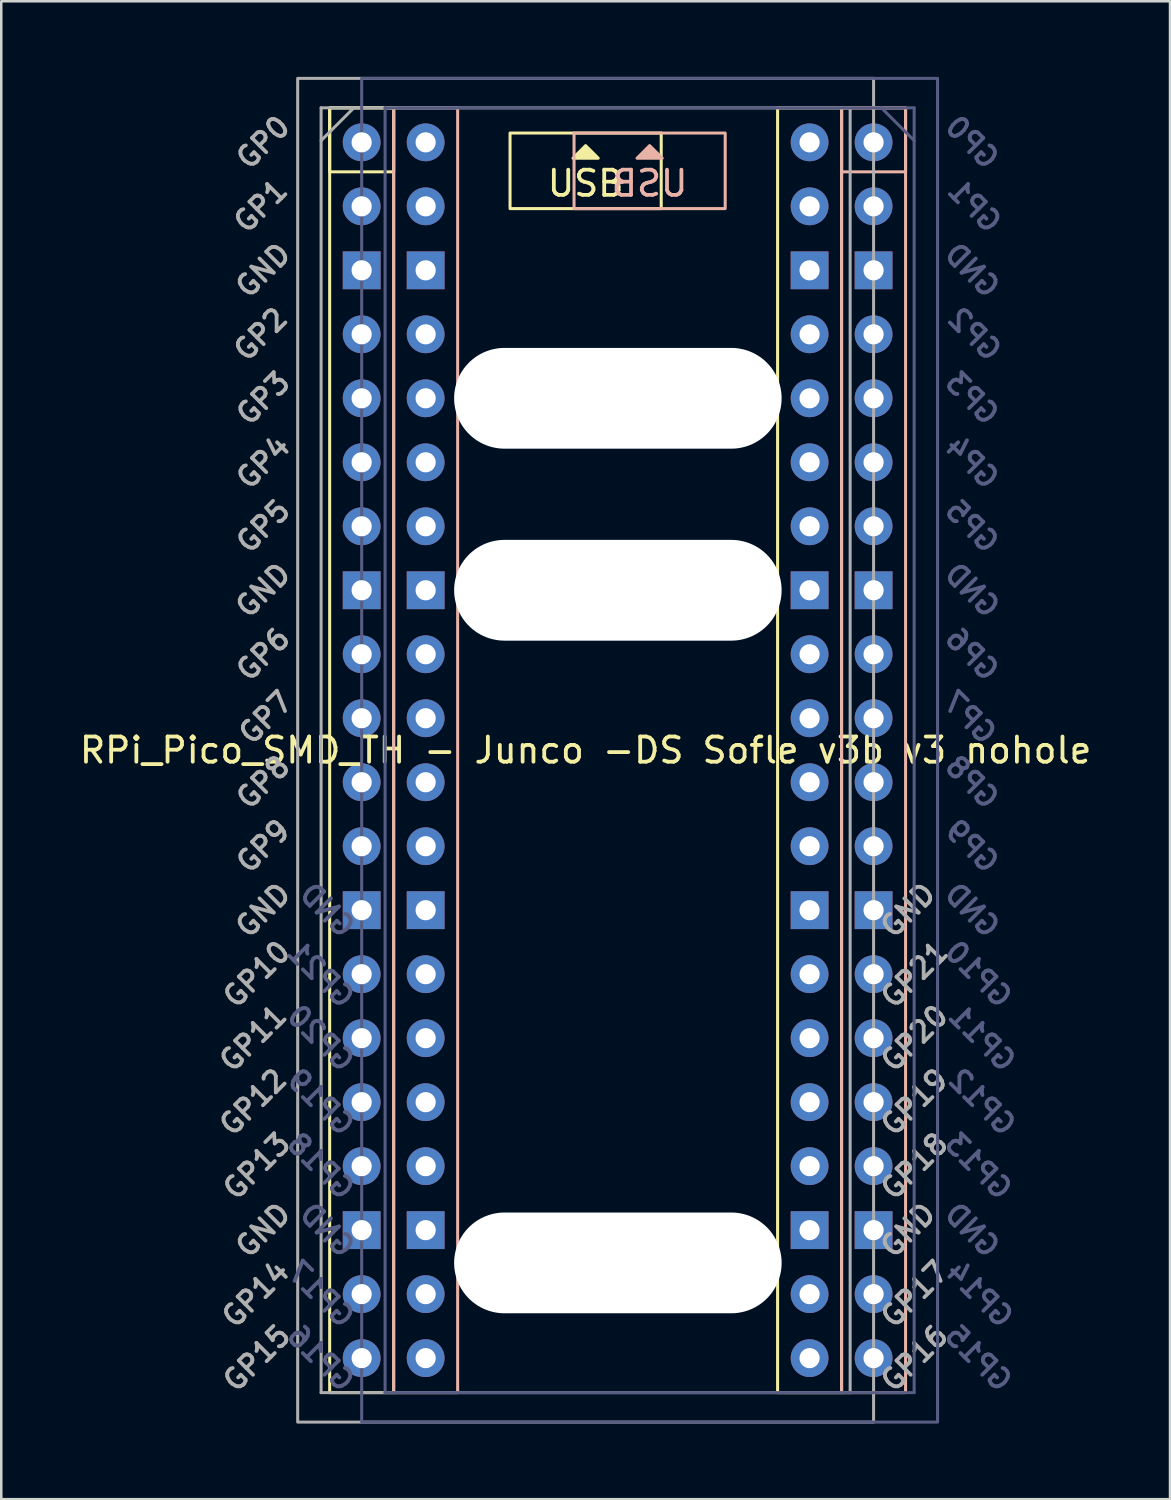
<source format=kicad_pcb>
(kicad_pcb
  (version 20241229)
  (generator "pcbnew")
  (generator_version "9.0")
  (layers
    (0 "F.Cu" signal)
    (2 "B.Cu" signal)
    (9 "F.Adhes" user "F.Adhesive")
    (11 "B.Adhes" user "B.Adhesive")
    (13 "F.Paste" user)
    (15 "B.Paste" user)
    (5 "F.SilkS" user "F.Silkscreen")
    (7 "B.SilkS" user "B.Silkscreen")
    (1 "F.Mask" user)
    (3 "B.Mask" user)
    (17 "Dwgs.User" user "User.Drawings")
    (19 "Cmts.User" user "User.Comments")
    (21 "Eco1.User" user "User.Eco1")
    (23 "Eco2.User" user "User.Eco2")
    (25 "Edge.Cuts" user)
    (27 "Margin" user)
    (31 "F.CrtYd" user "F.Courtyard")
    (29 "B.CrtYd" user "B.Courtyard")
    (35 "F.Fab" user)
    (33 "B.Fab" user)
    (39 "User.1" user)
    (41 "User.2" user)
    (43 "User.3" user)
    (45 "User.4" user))
  (footprint "RPi_Pico_SMD_TH - Junco -DS Sofle v3b v3 nohole"
    (layer "F.Cu")
    (at 21.466 26.73)
    (property "Reference" "RPi_Pico_SMD_TH - Junco -DS Sofle v3b v3 nohole" (at -1.27 0 0) (layer "F.SilkS") (effects (font (size 1 1) (thickness 0.15))))
    (attr through_hole)
    (fp_rect (start -11.43 -25.5) (end -8.89 -22.96) (stroke (width 0.12) (type default)) (fill no) (layer "F.SilkS"))
    (fp_rect (start -11.43 -25.5) (end -8.89 25.5) (stroke (width 0.12) (type default)) (fill no) (layer "F.SilkS"))
    (fp_rect (start -4.27 -24.5) (end 1.73 -21.5) (stroke (width 0.12) (type solid)) (fill no) (layer "F.SilkS"))
    (fp_rect (start 6.35 -25.5) (end 8.89 25.5) (stroke (width 0.12) (type default)) (fill no) (layer "F.SilkS"))
    (fp_poly (pts (xy -0.77 -23.5) (xy -1.77 -23.5) (xy -1.27 -24)) (stroke (width 0.12) (type solid)) (fill yes) (layer "F.SilkS"))
    (fp_rect (start -6.35 -25.5) (end -8.89 25.5) (stroke (width 0.12) (type default)) (fill no) (layer "B.SilkS"))
    (fp_rect (start 4.27 -24.5) (end -1.73 -21.5) (stroke (width 0.12) (type solid)) (fill no) (layer "B.SilkS"))
    (fp_rect (start 11.43 -25.5) (end 8.89 -22.96) (stroke (width 0.12) (type default)) (fill no) (layer "B.SilkS"))
    (fp_rect (start 11.43 -25.5) (end 8.89 25.5) (stroke (width 0.12) (type default)) (fill no) (layer "B.SilkS"))
    (fp_poly (pts (xy 0.77 -23.5) (xy 1.77 -23.5) (xy 1.27 -24)) (stroke (width 0.12) (type solid)) (fill yes) (layer "B.SilkS"))
    (fp_line (start -9.23 -25.5) (end -9.23 25.5) (stroke (width 0.12) (type solid)) (layer "B.Fab"))
    (fp_line (start -9.23 25.5) (end 11.77 25.5) (stroke (width 0.12) (type solid)) (layer "B.Fab"))
    (fp_line (start 11.77 -25.5) (end -9.23 -25.5) (stroke (width 0.12) (type solid)) (layer "B.Fab"))
    (fp_line (start 11.77 -24.2) (end 10.47 -25.5) (stroke (width 0.12) (type solid)) (layer "B.Fab"))
    (fp_line (start 11.77 25.5) (end 11.77 -25.5) (stroke (width 0.12) (type solid)) (layer "B.Fab"))
    (fp_rect (start 12.7 -26.67) (end -10.16 26.67) (stroke (width 0.12) (type solid)) (fill no) (layer "B.Fab"))
    (fp_line (start -11.77 -25.5) (end 9.23 -25.5) (stroke (width 0.12) (type solid)) (layer "F.Fab"))
    (fp_line (start -11.77 -24.2) (end -10.47 -25.5) (stroke (width 0.12) (type solid)) (layer "F.Fab"))
    (fp_line (start -11.77 25.5) (end -11.77 -25.5) (stroke (width 0.12) (type solid)) (layer "F.Fab"))
    (fp_line (start 9.23 -25.5) (end 9.23 25.5) (stroke (width 0.12) (type solid)) (layer "F.Fab"))
    (fp_line (start 9.23 25.5) (end -11.77 25.5) (stroke (width 0.12) (type solid)) (layer "F.Fab"))
    (fp_rect (start -12.7 -26.67) (end 10.16 26.67) (stroke (width 0.12) (type solid)) (fill no) (layer "F.Fab"))
    (fp_text user "USB" (at -1.27 -22.5 0) (unlocked yes) (layer "F.SilkS") (effects (font (size 1 1) (thickness 0.15))))
    (fp_text user "USB" (at 1.27 -22.5 0) (unlocked yes) (layer "B.SilkS") (effects (font (size 1 1) (thickness 0.15)) (justify mirror)))
    (fp_text user "GP14" (at 14.37 21.59 315) (layer "B.Fab") (effects (font (size 0.8 0.8) (thickness 0.15)) (justify mirror)))
    (fp_text user "GP1" (at 14.17 -21.6 315) (layer "B.Fab") (effects (font (size 0.8 0.8) (thickness 0.15)) (justify mirror)))
    (fp_text user "GP15" (at 14.324 24.13 315) (layer "B.Fab") (effects (font (size 0.8 0.8) (thickness 0.15)) (justify mirror)))
    (fp_text user "GP20" (at -11.784 11.43 315) (layer "B.Fab") (effects (font (size 0.8 0.8) (thickness 0.15)) (justify mirror)))
    (fp_text user "GND" (at 14.07 19.05 315) (layer "B.Fab") (effects (font (size 0.8 0.8) (thickness 0.15)) (justify mirror)))
    (fp_text user "GND" (at -11.53 6.35 315) (layer "B.Fab") (effects (font (size 0.8 0.8) (thickness 0.15)) (justify mirror)))
    (fp_text user "GP9" (at 14.07 3.81 315) (layer "B.Fab") (effects (font (size 0.8 0.8) (thickness 0.15)) (justify mirror)))
    (fp_text user "GND" (at 14.07 -6.35 315) (layer "B.Fab") (effects (font (size 0.8 0.8) (thickness 0.15)) (justify mirror)))
    (fp_text user "GP10" (at 14.324 8.89 315) (layer "B.Fab") (effects (font (size 0.8 0.8) (thickness 0.15)) (justify mirror)))
    (fp_text user "GP8" (at 14.07 1.27 315) (layer "B.Fab") (effects (font (size 0.8 0.8) (thickness 0.15)) (justify mirror)))
    (fp_text user "GP6" (at 14.07 -3.81 315) (layer "B.Fab") (effects (font (size 0.8 0.8) (thickness 0.15)) (justify mirror)))
    (fp_text user "GND" (at 14.07 6.35 315) (layer "B.Fab") (effects (font (size 0.8 0.8) (thickness 0.15)) (justify mirror)))
    (fp_text user "GP18" (at -11.784 16.51 315) (layer "B.Fab") (effects (font (size 0.8 0.8) (thickness 0.15)) (justify mirror)))
    (fp_text user "GP17" (at -11.784 21.59 315) (layer "B.Fab") (effects (font (size 0.8 0.8) (thickness 0.15)) (justify mirror)))
    (fp_text user "GP11" (at 14.47 11.43 315) (layer "B.Fab") (effects (font (size 0.8 0.8) (thickness 0.15)) (justify mirror)))
    (fp_text user "GP2" (at 14.17 -16.51 315) (layer "B.Fab") (effects (font (size 0.8 0.8) (thickness 0.15)) (justify mirror)))
    (fp_text user "GP16" (at -11.784 24.13 315) (layer "B.Fab") (effects (font (size 0.8 0.8) (thickness 0.15)) (justify mirror)))
    (fp_text user "GP21" (at -11.784 8.9 315) (layer "B.Fab") (effects (font (size 0.8 0.8) (thickness 0.15)) (justify mirror)))
    (fp_text user "GP0" (at 14.07 -24.13 315) (layer "B.Fab") (effects (font (size 0.8 0.8) (thickness 0.15)) (justify mirror)))
    (fp_text user "GND" (at 14.07 -19.05 315) (layer "B.Fab") (effects (font (size 0.8 0.8) (thickness 0.15)) (justify mirror)))
    (fp_text user "GP3" (at 14.07 -13.97 315) (layer "B.Fab") (effects (font (size 0.8 0.8) (thickness 0.15)) (justify mirror)))
    (fp_text user "GP7" (at 13.97 -1.3 315) (layer "B.Fab") (effects (font (size 0.8 0.8) (thickness 0.15)) (justify mirror)))
    (fp_text user "GND" (at -11.53 19.05 315) (layer "B.Fab") (effects (font (size 0.8 0.8) (thickness 0.15)) (justify mirror)))
    (fp_text user "GP19" (at -11.784 13.97 315) (layer "B.Fab") (effects (font (size 0.8 0.8) (thickness 0.15)) (justify mirror)))
    (fp_text user "GP13" (at 14.324 16.51 315) (layer "B.Fab") (effects (font (size 0.8 0.8) (thickness 0.15)) (justify mirror)))
    (fp_text user "GP5" (at 14.07 -8.89 315) (layer "B.Fab") (effects (font (size 0.8 0.8) (thickness 0.15)) (justify mirror)))
    (fp_text user "GP4" (at 14.07 -11.43 315) (layer "B.Fab") (effects (font (size 0.8 0.8) (thickness 0.15)) (justify mirror)))
    (fp_text user "GP12" (at 14.47 13.97 315) (layer "B.Fab") (effects (font (size 0.8 0.8) (thickness 0.15)) (justify mirror)))
    (fp_text user "GP16" (at 11.784 24.13 45) (layer "F.Fab") (effects (font (size 0.8 0.8) (thickness 0.15))))
    (fp_text user "GND" (at -14.07 -6.35 45) (layer "F.Fab") (effects (font (size 0.8 0.8) (thickness 0.15))))
    (fp_text user "GP13" (at -14.324 16.51 45) (layer "F.Fab") (effects (font (size 0.8 0.8) (thickness 0.15))))
    (fp_text user "GP14" (at -14.37 21.59 45) (layer "F.Fab") (effects (font (size 0.8 0.8) (thickness 0.15))))
    (fp_text user "GP1" (at -14.17 -21.6 45) (layer "F.Fab") (effects (font (size 0.8 0.8) (thickness 0.15))))
    (fp_text user "GP10" (at -14.324 8.89 45) (layer "F.Fab") (effects (font (size 0.8 0.8) (thickness 0.15))))
    (fp_text user "GND" (at -14.07 6.35 45) (layer "F.Fab") (effects (font (size 0.8 0.8) (thickness 0.15))))
    (fp_text user "GP19" (at 11.784 13.97 45) (layer "F.Fab") (effects (font (size 0.8 0.8) (thickness 0.15))))
    (fp_text user "GP11" (at -14.47 11.43 45) (layer "F.Fab") (effects (font (size 0.8 0.8) (thickness 0.15))))
    (fp_text user "GP4" (at -14.07 -11.43 45) (layer "F.Fab") (effects (font (size 0.8 0.8) (thickness 0.15))))
    (fp_text user "GP9" (at -14.07 3.81 45) (layer "F.Fab") (effects (font (size 0.8 0.8) (thickness 0.15))))
    (fp_text user "GP17" (at 11.784 21.59 45) (layer "F.Fab") (effects (font (size 0.8 0.8) (thickness 0.15))))
    (fp_text user "GP8" (at -14.07 1.27 45) (layer "F.Fab") (effects (font (size 0.8 0.8) (thickness 0.15))))
    (fp_text user "GP6" (at -14.07 -3.81 45) (layer "F.Fab") (effects (font (size 0.8 0.8) (thickness 0.15))))
    (fp_text user "GND" (at -14.07 19.05 45) (layer "F.Fab") (effects (font (size 0.8 0.8) (thickness 0.15))))
    (fp_text user "GP20" (at 11.784 11.43 45) (layer "F.Fab") (effects (font (size 0.8 0.8) (thickness 0.15))))
    (fp_text user "GP12" (at -14.47 13.97 45) (layer "F.Fab") (effects (font (size 0.8 0.8) (thickness 0.15))))
    (fp_text user "GP0" (at -14.07 -24.13 45) (layer "F.Fab") (effects (font (size 0.8 0.8) (thickness 0.15))))
    (fp_text user "GP15" (at -14.324 24.13 45) (layer "F.Fab") (effects (font (size 0.8 0.8) (thickness 0.15))))
    (fp_text user "GND" (at -14.07 -19.05 45) (layer "F.Fab") (effects (font (size 0.8 0.8) (thickness 0.15))))
    (fp_text user "GP2" (at -14.17 -16.51 45) (layer "F.Fab") (effects (font (size 0.8 0.8) (thickness 0.15))))
    (fp_text user "GP3" (at -14.07 -13.97 45) (layer "F.Fab") (effects (font (size 0.8 0.8) (thickness 0.15))))
    (fp_text user "GP5" (at -14.07 -8.89 45) (layer "F.Fab") (effects (font (size 0.8 0.8) (thickness 0.15))))
    (fp_text user "GND" (at 11.53 6.35 45) (layer "F.Fab") (effects (font (size 0.8 0.8) (thickness 0.15))))
    (fp_text user "GP7" (at -13.97 -1.3 45) (layer "F.Fab") (effects (font (size 0.8 0.8) (thickness 0.15))))
    (fp_text user "GP18" (at 11.784 16.51 45) (layer "F.Fab") (effects (font (size 0.8 0.8) (thickness 0.15))))
    (fp_text user "GND" (at 11.53 19.05 45) (layer "F.Fab") (effects (font (size 0.8 0.8) (thickness 0.15))))
    (fp_text user "GP21" (at 11.784 8.9 45) (layer "F.Fab") (effects (font (size 0.8 0.8) (thickness 0.15))))
    (pad "" np_thru_hole oval (at 0.01 -13.97) (size 13 4) (drill oval 13 4) (layers "*.Cu" "*.Mask"))
    (pad "" np_thru_hole oval (at 0.01 -6.35) (size 13 4) (drill oval 13 4) (layers "*.Cu" "*.Mask"))
    (pad "" np_thru_hole oval (at 0.01 20.35) (size 13 4) (drill oval 13 4) (layers "*.Cu" "*.Mask"))
    (pad "1" thru_hole circle (at -10.16 -24.13) (size 1.5 1.5) (drill 0.8) (layers "*.Cu" "B.Mask"))
    (pad "1" thru_hole circle (at 10.16 -24.13) (size 1.5 1.5) (drill 0.8) (layers "*.Cu" "F.Mask"))
    (pad "2" thru_hole circle (at -10.16 -21.59) (size 1.5 1.5) (drill 0.8) (layers "*.Cu" "B.Mask"))
    (pad "2" thru_hole circle (at 10.16 -21.59) (size 1.5 1.5) (drill 0.8) (layers "*.Cu" "F.Mask"))
    (pad "3" thru_hole rect (at -10.16 -19.05) (size 1.5 1.5) (drill 0.8) (layers "*.Cu" "B.Mask"))
    (pad "3" thru_hole rect (at 10.16 -19.05) (size 1.5 1.5) (drill 0.8) (layers "*.Cu" "F.Mask"))
    (pad "4" thru_hole circle (at -10.16 -16.51) (size 1.5 1.5) (drill 0.8) (layers "*.Cu" "B.Mask"))
    (pad "4" thru_hole circle (at 10.16 -16.51) (size 1.5 1.5) (drill 0.8) (layers "*.Cu" "F.Mask"))
    (pad "5" thru_hole circle (at -10.16 -13.97) (size 1.5 1.5) (drill 0.8) (layers "*.Cu" "B.Mask"))
    (pad "5" thru_hole circle (at 10.16 -13.97) (size 1.5 1.5) (drill 0.8) (layers "*.Cu" "F.Mask"))
    (pad "6" thru_hole circle (at -10.16 -11.43) (size 1.5 1.5) (drill 0.8) (layers "*.Cu" "B.Mask"))
    (pad "6" thru_hole circle (at 10.16 -11.43) (size 1.5 1.5) (drill 0.8) (layers "*.Cu" "F.Mask"))
    (pad "7" thru_hole circle (at -10.16 -8.89) (size 1.5 1.5) (drill 0.8) (layers "*.Cu" "B.Mask"))
    (pad "7" thru_hole circle (at 10.16 -8.89) (size 1.5 1.5) (drill 0.8) (layers "*.Cu" "F.Mask"))
    (pad "8" thru_hole rect (at -10.16 -6.35) (size 1.5 1.5) (drill 0.8) (layers "*.Cu" "B.Mask"))
    (pad "8" thru_hole rect (at 10.16 -6.35) (size 1.5 1.5) (drill 0.8) (layers "*.Cu" "F.Mask"))
    (pad "9" thru_hole circle (at -10.16 -3.81) (size 1.5 1.5) (drill 0.8) (layers "*.Cu" "B.Mask"))
    (pad "9" thru_hole circle (at 10.16 -3.81) (size 1.5 1.5) (drill 0.8) (layers "*.Cu" "F.Mask"))
    (pad "10" thru_hole circle (at -10.16 -1.27) (size 1.5 1.5) (drill 0.8) (layers "*.Cu" "B.Mask"))
    (pad "10" thru_hole circle (at 10.16 -1.27) (size 1.5 1.5) (drill 0.8) (layers "*.Cu" "F.Mask"))
    (pad "11" thru_hole circle (at -10.16 1.27) (size 1.5 1.5) (drill 0.8) (layers "*.Cu" "B.Mask"))
    (pad "11" thru_hole circle (at 10.16 1.27) (size 1.5 1.5) (drill 0.8) (layers "*.Cu" "F.Mask"))
    (pad "12" thru_hole circle (at -10.16 3.81) (size 1.5 1.5) (drill 0.8) (layers "*.Cu" "B.Mask"))
    (pad "12" thru_hole circle (at 10.16 3.81) (size 1.5 1.5) (drill 0.8) (layers "*.Cu" "F.Mask"))
    (pad "13" thru_hole rect (at -10.16 6.35) (size 1.5 1.5) (drill 0.8) (layers "*.Cu" "B.Mask"))
    (pad "13" thru_hole rect (at 10.16 6.35) (size 1.5 1.5) (drill 0.8) (layers "*.Cu" "F.Mask"))
    (pad "14" thru_hole circle (at -10.16 8.89) (size 1.5 1.5) (drill 0.8) (layers "*.Cu" "B.Mask"))
    (pad "14" thru_hole circle (at 10.16 8.89) (size 1.5 1.5) (drill 0.8) (layers "*.Cu" "F.Mask"))
    (pad "15" thru_hole circle (at -10.16 11.43) (size 1.5 1.5) (drill 0.8) (layers "*.Cu" "B.Mask"))
    (pad "15" thru_hole circle (at 10.16 11.43) (size 1.5 1.5) (drill 0.8) (layers "*.Cu" "F.Mask"))
    (pad "16" thru_hole circle (at -10.16 13.97) (size 1.5 1.5) (drill 0.8) (layers "*.Cu" "B.Mask"))
    (pad "16" thru_hole circle (at 10.16 13.97) (size 1.5 1.5) (drill 0.8) (layers "*.Cu" "F.Mask"))
    (pad "17" thru_hole circle (at -10.16 16.51) (size 1.5 1.5) (drill 0.8) (layers "*.Cu" "B.Mask"))
    (pad "17" thru_hole circle (at 10.16 16.51) (size 1.5 1.5) (drill 0.8) (layers "*.Cu" "F.Mask"))
    (pad "18" thru_hole rect (at -10.16 19.05) (size 1.5 1.5) (drill 0.8) (layers "*.Cu" "B.Mask"))
    (pad "18" thru_hole rect (at 10.16 19.05) (size 1.5 1.5) (drill 0.8) (layers "*.Cu" "F.Mask"))
    (pad "19" thru_hole circle (at -10.16 21.59) (size 1.5 1.5) (drill 0.8) (layers "*.Cu" "B.Mask"))
    (pad "19" thru_hole circle (at 10.16 21.59) (size 1.5 1.5) (drill 0.8) (layers "*.Cu" "F.Mask"))
    (pad "20" thru_hole circle (at -10.16 24.13) (size 1.5 1.5) (drill 0.8) (layers "*.Cu" "B.Mask"))
    (pad "20" thru_hole circle (at 10.16 24.13) (size 1.5 1.5) (drill 0.8) (layers "*.Cu" "F.Mask"))
    (pad "21" thru_hole circle (at -7.62 24.13) (size 1.5 1.5) (drill 0.8) (layers "*.Cu" "F.Mask"))
    (pad "21" thru_hole circle (at 7.62 24.13) (size 1.5 1.5) (drill 0.8) (layers "*.Cu" "B.Mask"))
    (pad "22" thru_hole circle (at -7.62 21.59) (size 1.5 1.5) (drill 0.8) (layers "*.Cu" "F.Mask"))
    (pad "22" thru_hole circle (at 7.62 21.59) (size 1.5 1.5) (drill 0.8) (layers "*.Cu" "B.Mask"))
    (pad "23" thru_hole rect (at -7.62 19.05) (size 1.5 1.5) (drill 0.8) (layers "*.Cu" "F.Mask"))
    (pad "23" thru_hole rect (at 7.62 19.05) (size 1.5 1.5) (drill 0.8) (layers "*.Cu" "B.Mask"))
    (pad "24" thru_hole circle (at -7.62 16.51) (size 1.5 1.5) (drill 0.8) (layers "*.Cu" "F.Mask"))
    (pad "24" thru_hole circle (at 7.62 16.51) (size 1.5 1.5) (drill 0.8) (layers "*.Cu" "B.Mask"))
    (pad "25" thru_hole circle (at -7.62 13.97) (size 1.5 1.5) (drill 0.8) (layers "*.Cu" "F.Mask"))
    (pad "25" thru_hole circle (at 7.62 13.97) (size 1.5 1.5) (drill 0.8) (layers "*.Cu" "B.Mask"))
    (pad "26" thru_hole circle (at -7.62 11.43) (size 1.5 1.5) (drill 0.8) (layers "*.Cu" "F.Mask"))
    (pad "26" thru_hole circle (at 7.62 11.43) (size 1.5 1.5) (drill 0.8) (layers "*.Cu" "B.Mask"))
    (pad "27" thru_hole circle (at -7.62 8.89) (size 1.5 1.5) (drill 0.8) (layers "*.Cu" "F.Mask"))
    (pad "27" thru_hole circle (at 7.62 8.89) (size 1.5 1.5) (drill 0.8) (layers "*.Cu" "B.Mask"))
    (pad "28" thru_hole rect (at -7.62 6.35) (size 1.5 1.5) (drill 0.8) (layers "*.Cu" "F.Mask"))
    (pad "28" thru_hole rect (at 7.62 6.35) (size 1.5 1.5) (drill 0.8) (layers "*.Cu" "B.Mask"))
    (pad "29" thru_hole circle (at -7.62 3.81) (size 1.5 1.5) (drill 0.8) (layers "*.Cu" "F.Mask"))
    (pad "29" thru_hole circle (at 7.62 3.81) (size 1.5 1.5) (drill 0.8) (layers "*.Cu" "B.Mask"))
    (pad "30" thru_hole circle (at -7.62 1.27) (size 1.5 1.5) (drill 0.8) (layers "*.Cu" "F.Mask"))
    (pad "30" thru_hole circle (at 7.62 1.27) (size 1.5 1.5) (drill 0.8) (layers "*.Cu" "B.Mask"))
    (pad "31" thru_hole circle (at -7.62 -1.27) (size 1.5 1.5) (drill 0.8) (layers "*.Cu" "F.Mask"))
    (pad "31" thru_hole circle (at 7.62 -1.27) (size 1.5 1.5) (drill 0.8) (layers "*.Cu" "B.Mask"))
    (pad "32" thru_hole circle (at -7.62 -3.81) (size 1.5 1.5) (drill 0.8) (layers "*.Cu" "F.Mask"))
    (pad "32" thru_hole circle (at 7.62 -3.81) (size 1.5 1.5) (drill 0.8) (layers "*.Cu" "B.Mask"))
    (pad "33" thru_hole rect (at -7.62 -6.35) (size 1.5 1.5) (drill 0.8) (layers "*.Cu" "F.Mask"))
    (pad "33" thru_hole rect (at 7.62 -6.35) (size 1.5 1.5) (drill 0.8) (layers "*.Cu" "B.Mask"))
    (pad "34" thru_hole circle (at -7.62 -8.89) (size 1.5 1.5) (drill 0.8) (layers "*.Cu" "F.Mask"))
    (pad "34" thru_hole circle (at 7.62 -8.89) (size 1.5 1.5) (drill 0.8) (layers "*.Cu" "B.Mask"))
    (pad "35" thru_hole circle (at -7.62 -11.43) (size 1.5 1.5) (drill 0.8) (layers "*.Cu" "F.Mask"))
    (pad "35" thru_hole circle (at 7.62 -11.43) (size 1.5 1.5) (drill 0.8) (layers "*.Cu" "B.Mask"))
    (pad "36" thru_hole circle (at -7.62 -13.97) (size 1.5 1.5) (drill 0.8) (layers "*.Cu" "F.Mask"))
    (pad "36" thru_hole circle (at 7.62 -13.97) (size 1.5 1.5) (drill 0.8) (layers "*.Cu" "B.Mask"))
    (pad "37" thru_hole circle (at -7.62 -16.51) (size 1.5 1.5) (drill 0.8) (layers "*.Cu" "F.Mask"))
    (pad "37" thru_hole circle (at 7.62 -16.51) (size 1.5 1.5) (drill 0.8) (layers "*.Cu" "B.Mask"))
    (pad "38" thru_hole rect (at -7.62 -19.05) (size 1.5 1.5) (drill 0.8) (layers "*.Cu" "F.Mask"))
    (pad "38" thru_hole rect (at 7.62 -19.05) (size 1.5 1.5) (drill 0.8) (layers "*.Cu" "B.Mask"))
    (pad "39" thru_hole circle (at -7.62 -21.59) (size 1.5 1.5) (drill 0.8) (layers "*.Cu" "F.Mask"))
    (pad "39" thru_hole circle (at 7.62 -21.59) (size 1.5 1.5) (drill 0.8) (layers "*.Cu" "B.Mask"))
    (pad "40" thru_hole circle (at -7.62 -24.13) (size 1.5 1.5) (drill 0.8) (layers "*.Cu" "F.Mask"))
    (pad "40" thru_hole circle (at 7.62 -24.13) (size 1.5 1.5) (drill 0.8) (layers "*.Cu" "B.Mask")))
  (gr_rect
    (start -3 -3)
    (end 43.393 56.46)
    (stroke (width 0.1) (type default))
    (fill no)
    (layer "Edge.Cuts")))
</source>
